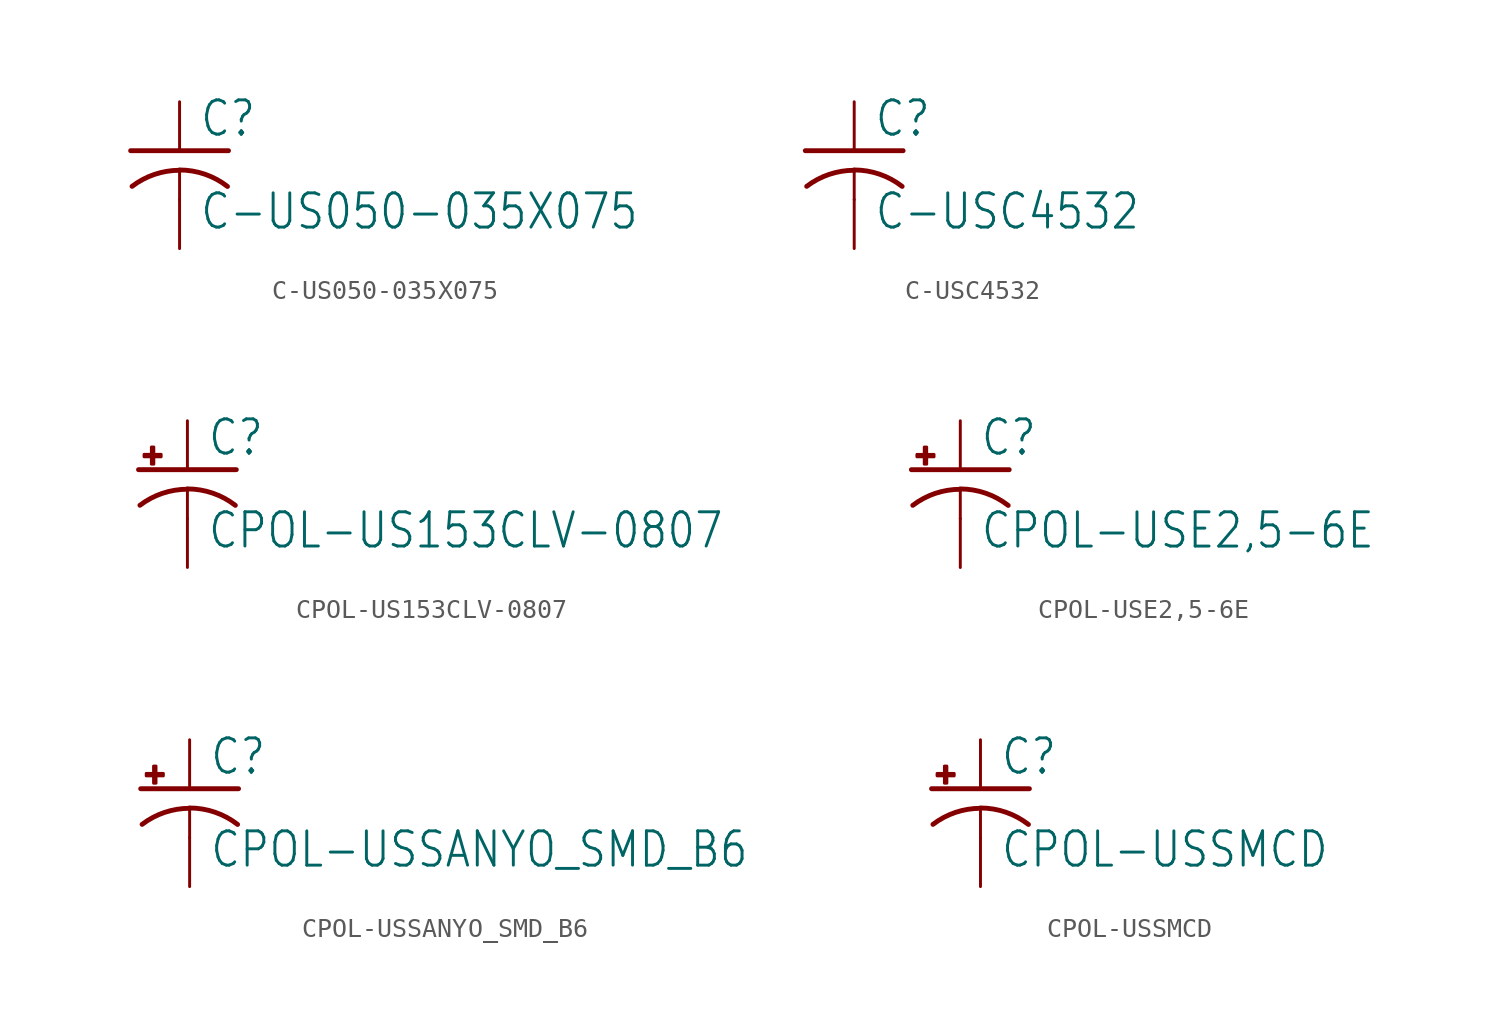
<source format=kicad_sym>
(kicad_symbol_lib
  (version 20211014)
  (generator kicad_symbol_editor)
  (symbol "C-US050-035X075"
    (property "Reference" "C"
      (at 1.016 0.635 0)
      (effects (font (size 1.778 1.511)) (justify left bottom)))
    (property "Value" "C-US050-035X075"
      (at 1.016 -4.191 0)
      (effects (font (size 1.778 1.511)) (justify left bottom)))
    (property "ki_locked" ""
      (at 0 0 0)
      (effects (font (size 1.27 1.27))))
    (symbol "C-US050-035X075_1_0"
      (arc (start 0 -1.0161) (mid -1.302 -1.2303) (end -2.4668 -1.8504) (stroke (width 0.254) (type default) (color 0 0 0 0)) (fill (type none)))
      (polyline (pts (xy -2.54 0) (xy 2.54 0)) (stroke (width 0.254) (type default) (color 0 0 0 0)) (fill (type none)))
      (polyline (pts (xy 0 -1.016) (xy 0 -2.54)) (stroke (width 0.152) (type default) (color 0 0 0 0)) (fill (type none)))
      (arc (start 2.4892 -1.8542) (mid 1.3158 -1.2195) (end 0 -1) (stroke (width 0.254) (type default) (color 0 0 0 0)) (fill (type none)))
      (pin passive line (at 0 2.54 270) (length 2.54) (name "1" (effects (font (size 0 0)))) (number "1" (effects (font (size 0 0)))))
      (pin passive line (at 0 -5.08 90) (length 2.54) (name "2" (effects (font (size 0 0)))) (number "2" (effects (font (size 0 0)))))))
  (symbol "C-USC4532"
    (property "Reference" "C"
      (at 1.016 0.635 0)
      (effects (font (size 1.778 1.511)) (justify left bottom)))
    (property "Value" "C-USC4532"
      (at 1.016 -4.191 0)
      (effects (font (size 1.778 1.511)) (justify left bottom)))
    (property "ki_locked" ""
      (at 0 0 0)
      (effects (font (size 1.27 1.27))))
    (symbol "C-USC4532_1_0"
      (arc (start 0 -1.0161) (mid -1.302 -1.2303) (end -2.4668 -1.8504) (stroke (width 0.254) (type default) (color 0 0 0 0)) (fill (type none)))
      (polyline (pts (xy -2.54 0) (xy 2.54 0)) (stroke (width 0.254) (type default) (color 0 0 0 0)) (fill (type none)))
      (polyline (pts (xy 0 -1.016) (xy 0 -2.54)) (stroke (width 0.152) (type default) (color 0 0 0 0)) (fill (type none)))
      (arc (start 2.4892 -1.8542) (mid 1.3158 -1.2195) (end 0 -1) (stroke (width 0.254) (type default) (color 0 0 0 0)) (fill (type none)))
      (pin passive line (at 0 2.54 270) (length 2.54) (name "1" (effects (font (size 0 0)))) (number "1" (effects (font (size 0 0)))))
      (pin passive line (at 0 -5.08 90) (length 2.54) (name "2" (effects (font (size 0 0)))) (number "2" (effects (font (size 0 0)))))))
  (symbol "CPOL-US153CLV-0807"
    (property "Reference" "C"
      (at 1.016 0.635 0)
      (effects (font (size 1.778 1.511)) (justify left bottom)))
    (property "Value" "CPOL-US153CLV-0807"
      (at 1.016 -4.191 0)
      (effects (font (size 1.778 1.511)) (justify left bottom)))
    (property "ki_locked" ""
      (at 0 0 0)
      (effects (font (size 1.27 1.27))))
    (symbol "CPOL-US153CLV-0807_1_0"
      (rectangle (start -2.253 0.668) (end -1.364 0.795) (stroke (width 0) (type default) (color 0 0 0 0)) (fill (type outline)))
      (rectangle (start -1.872 0.287) (end -1.745 1.176) (stroke (width 0) (type default) (color 0 0 0 0)) (fill (type outline)))
      (arc (start 0 -1.0161) (mid -1.3021 -1.2302) (end -2.4669 -1.8504) (stroke (width 0.254) (type default) (color 0 0 0 0)) (fill (type none)))
      (polyline (pts (xy -2.54 0) (xy 2.54 0)) (stroke (width 0.254) (type default) (color 0 0 0 0)) (fill (type none)))
      (polyline (pts (xy 0 -1.016) (xy 0 -2.54)) (stroke (width 0.152) (type default) (color 0 0 0 0)) (fill (type none)))
      (arc (start 2.4892 -1.8542) (mid 1.3158 -1.2195) (end 0 -1) (stroke (width 0.254) (type default) (color 0 0 0 0)) (fill (type none)))
      (pin passive line (at 0 2.54 270) (length 2.54) (name "+" (effects (font (size 0 0)))) (number "+" (effects (font (size 0 0)))))
      (pin passive line (at 0 -5.08 90) (length 2.54) (name "-" (effects (font (size 0 0)))) (number "-" (effects (font (size 0 0)))))))
  (symbol "CPOL-USE2,5-6E"
    (property "Reference" "C"
      (at 1.016 0.635 0)
      (effects (font (size 1.778 1.511)) (justify left bottom)))
    (property "Value" "CPOL-USE2,5-6E"
      (at 1.016 -4.191 0)
      (effects (font (size 1.778 1.511)) (justify left bottom)))
    (property "ki_locked" ""
      (at 0 0 0)
      (effects (font (size 1.27 1.27))))
    (symbol "CPOL-USE2,5-6E_1_0"
      (rectangle (start -2.253 0.668) (end -1.364 0.795) (stroke (width 0) (type default) (color 0 0 0 0)) (fill (type outline)))
      (rectangle (start -1.872 0.287) (end -1.745 1.176) (stroke (width 0) (type default) (color 0 0 0 0)) (fill (type outline)))
      (arc (start 0 -1.0161) (mid -1.3021 -1.2302) (end -2.4669 -1.8504) (stroke (width 0.254) (type default) (color 0 0 0 0)) (fill (type none)))
      (polyline (pts (xy -2.54 0) (xy 2.54 0)) (stroke (width 0.254) (type default) (color 0 0 0 0)) (fill (type none)))
      (polyline (pts (xy 0 -1.016) (xy 0 -2.54)) (stroke (width 0.152) (type default) (color 0 0 0 0)) (fill (type none)))
      (arc (start 2.4892 -1.8542) (mid 1.3158 -1.2195) (end 0 -1) (stroke (width 0.254) (type default) (color 0 0 0 0)) (fill (type none)))
      (pin passive line (at 0 2.54 270) (length 2.54) (name "+" (effects (font (size 0 0)))) (number "+" (effects (font (size 0 0)))))
      (pin passive line (at 0 -5.08 90) (length 2.54) (name "-" (effects (font (size 0 0)))) (number "-" (effects (font (size 0 0)))))))
  (symbol "CPOL-USSANYO_SMD_B6"
    (property "Reference" "C"
      (at 1.016 0.635 0)
      (effects (font (size 1.778 1.511)) (justify left bottom)))
    (property "Value" "CPOL-USSANYO_SMD_B6"
      (at 1.016 -4.191 0)
      (effects (font (size 1.778 1.511)) (justify left bottom)))
    (property "ki_locked" ""
      (at 0 0 0)
      (effects (font (size 1.27 1.27))))
    (symbol "CPOL-USSANYO_SMD_B6_1_0"
      (rectangle (start -2.253 0.668) (end -1.364 0.795) (stroke (width 0) (type default) (color 0 0 0 0)) (fill (type outline)))
      (rectangle (start -1.872 0.287) (end -1.745 1.176) (stroke (width 0) (type default) (color 0 0 0 0)) (fill (type outline)))
      (arc (start 0 -1.0161) (mid -1.3021 -1.2302) (end -2.4669 -1.8504) (stroke (width 0.254) (type default) (color 0 0 0 0)) (fill (type none)))
      (polyline (pts (xy -2.54 0) (xy 2.54 0)) (stroke (width 0.254) (type default) (color 0 0 0 0)) (fill (type none)))
      (polyline (pts (xy 0 -1.016) (xy 0 -2.54)) (stroke (width 0.152) (type default) (color 0 0 0 0)) (fill (type none)))
      (arc (start 2.4892 -1.8542) (mid 1.3158 -1.2195) (end 0 -1) (stroke (width 0.254) (type default) (color 0 0 0 0)) (fill (type none)))
      (pin passive line (at 0 2.54 270) (length 2.54) (name "+" (effects (font (size 0 0)))) (number "+" (effects (font (size 0 0)))))
      (pin passive line (at 0 -5.08 90) (length 2.54) (name "-" (effects (font (size 0 0)))) (number "-" (effects (font (size 0 0)))))))
  (symbol "CPOL-USSMCD"
    (property "Reference" "C"
      (at 1.016 0.635 0)
      (effects (font (size 1.778 1.511)) (justify left bottom)))
    (property "Value" "CPOL-USSMCD"
      (at 1.016 -4.191 0)
      (effects (font (size 1.778 1.511)) (justify left bottom)))
    (property "ki_locked" ""
      (at 0 0 0)
      (effects (font (size 1.27 1.27))))
    (symbol "CPOL-USSMCD_1_0"
      (rectangle (start -2.253 0.668) (end -1.364 0.795) (stroke (width 0) (type default) (color 0 0 0 0)) (fill (type outline)))
      (rectangle (start -1.872 0.287) (end -1.745 1.176) (stroke (width 0) (type default) (color 0 0 0 0)) (fill (type outline)))
      (arc (start 0 -1.0161) (mid -1.3021 -1.2302) (end -2.4669 -1.8504) (stroke (width 0.254) (type default) (color 0 0 0 0)) (fill (type none)))
      (polyline (pts (xy -2.54 0) (xy 2.54 0)) (stroke (width 0.254) (type default) (color 0 0 0 0)) (fill (type none)))
      (polyline (pts (xy 0 -1.016) (xy 0 -2.54)) (stroke (width 0.152) (type default) (color 0 0 0 0)) (fill (type none)))
      (arc (start 2.4892 -1.8542) (mid 1.3158 -1.2195) (end 0 -1) (stroke (width 0.254) (type default) (color 0 0 0 0)) (fill (type none)))
      (pin passive line (at 0 2.54 270) (length 2.54) (name "+" (effects (font (size 0 0)))) (number "+" (effects (font (size 0 0)))))
      (pin passive line (at 0 -5.08 90) (length 2.54) (name "-" (effects (font (size 0 0)))) (number "-" (effects (font (size 0 0))))))))
</source>
